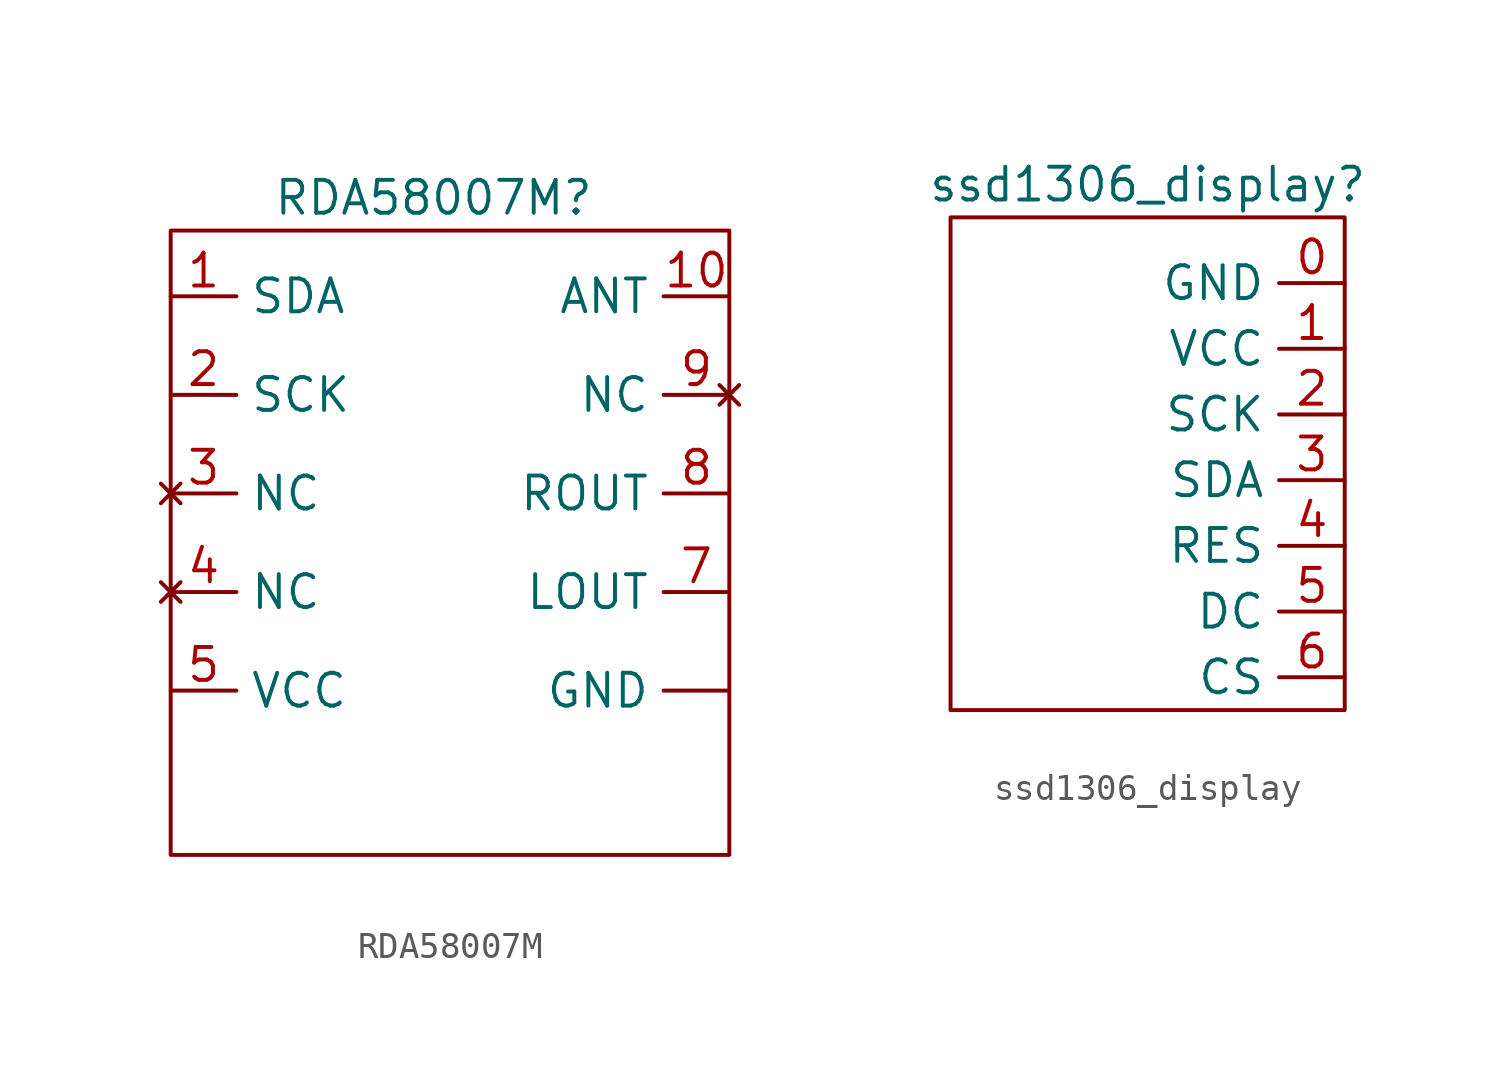
<source format=kicad_sym>
(kicad_symbol_lib
  (version 20231120)
  (generator "kicad_symbol_editor")
  (generator_version "8.0")
  (symbol "RDA58007M"
    (property "Reference" "RDA58007M"
      (at 0 0 0)
      (effects (font (size 1.27 1.27))))
    (property "Value" ""
      (at 0 0 0)
      (effects (font (size 1.27 1.27))))
    (symbol "RDA58007M_0_1"
      (rectangle (start -10.16 -1.27) (end 11.43 -25.4) (stroke (width 0) (type default)) (fill (type none))))
    (symbol "RDA58007M_1_1"
      (pin power_in line (at 11.43 -19.05 180) (length 2.54) (name "GND" (effects (font (size 1.27 1.27)))) (number "" (effects (font (size 1.27 1.27)))))
      (pin input line (at -10.16 -3.81 0) (length 2.54) (name "SDA" (effects (font (size 1.27 1.27)))) (number "1" (effects (font (size 1.27 1.27)))))
      (pin output line (at 11.43 -3.81 180) (length 2.54) (name "ANT" (effects (font (size 1.27 1.27)))) (number "10" (effects (font (size 1.27 1.27)))))
      (pin input line (at -10.16 -7.62 0) (length 2.54) (name "SCK" (effects (font (size 1.27 1.27)))) (number "2" (effects (font (size 1.27 1.27)))))
      (pin no_connect line (at -10.16 -11.43 0) (length 2.54) (name "NC" (effects (font (size 1.27 1.27)))) (number "3" (effects (font (size 1.27 1.27)))))
      (pin no_connect line (at -10.16 -15.24 0) (length 2.54) (name "NC" (effects (font (size 1.27 1.27)))) (number "4" (effects (font (size 1.27 1.27)))))
      (pin input line (at -10.16 -19.05 0) (length 2.54) (name "VCC" (effects (font (size 1.27 1.27)))) (number "5" (effects (font (size 1.27 1.27)))))
      (pin output line (at 11.43 -15.24 180) (length 2.54) (name "LOUT" (effects (font (size 1.27 1.27)))) (number "7" (effects (font (size 1.27 1.27)))))
      (pin output line (at 11.43 -11.43 180) (length 2.54) (name "ROUT" (effects (font (size 1.27 1.27)))) (number "8" (effects (font (size 1.27 1.27)))))
      (pin no_connect line (at 11.43 -7.62 180) (length 2.54) (name "NC" (effects (font (size 1.27 1.27)))) (number "9" (effects (font (size 1.27 1.27)))))))
  (symbol "ssd1306_display"
    (property "Reference" "ssd1306_display"
      (at 0 0 0)
      (effects (font (size 1.27 1.27))))
    (property "Value" ""
      (at 0 0 0)
      (effects (font (size 1.27 1.27))))
    (symbol "ssd1306_display_0_1"
      (rectangle (start -7.62 -1.27) (end 7.62 -20.32) (stroke (width 0) (type default)) (fill (type none))))
    (symbol "ssd1306_display_1_1"
      (pin power_in line (at 7.62 -3.81 180) (length 2.54) (name "GND" (effects (font (size 1.27 1.27)))) (number "0" (effects (font (size 1.27 1.27)))))
      (pin power_in line (at 7.62 -6.35 180) (length 2.54) (name "VCC" (effects (font (size 1.27 1.27)))) (number "1" (effects (font (size 1.27 1.27)))))
      (pin input line (at 7.62 -8.89 180) (length 2.54) (name "SCK" (effects (font (size 1.27 1.27)))) (number "2" (effects (font (size 1.27 1.27)))))
      (pin input line (at 7.62 -11.43 180) (length 2.54) (name "SDA" (effects (font (size 1.27 1.27)))) (number "3" (effects (font (size 1.27 1.27)))))
      (pin input line (at 7.62 -13.97 180) (length 2.54) (name "RES" (effects (font (size 1.27 1.27)))) (number "4" (effects (font (size 1.27 1.27)))))
      (pin input line (at 7.62 -16.51 180) (length 2.54) (name "DC" (effects (font (size 1.27 1.27)))) (number "5" (effects (font (size 1.27 1.27)))))
      (pin input line (at 7.62 -19.05 180) (length 2.54) (name "CS" (effects (font (size 1.27 1.27)))) (number "6" (effects (font (size 1.27 1.27))))))))
</source>
